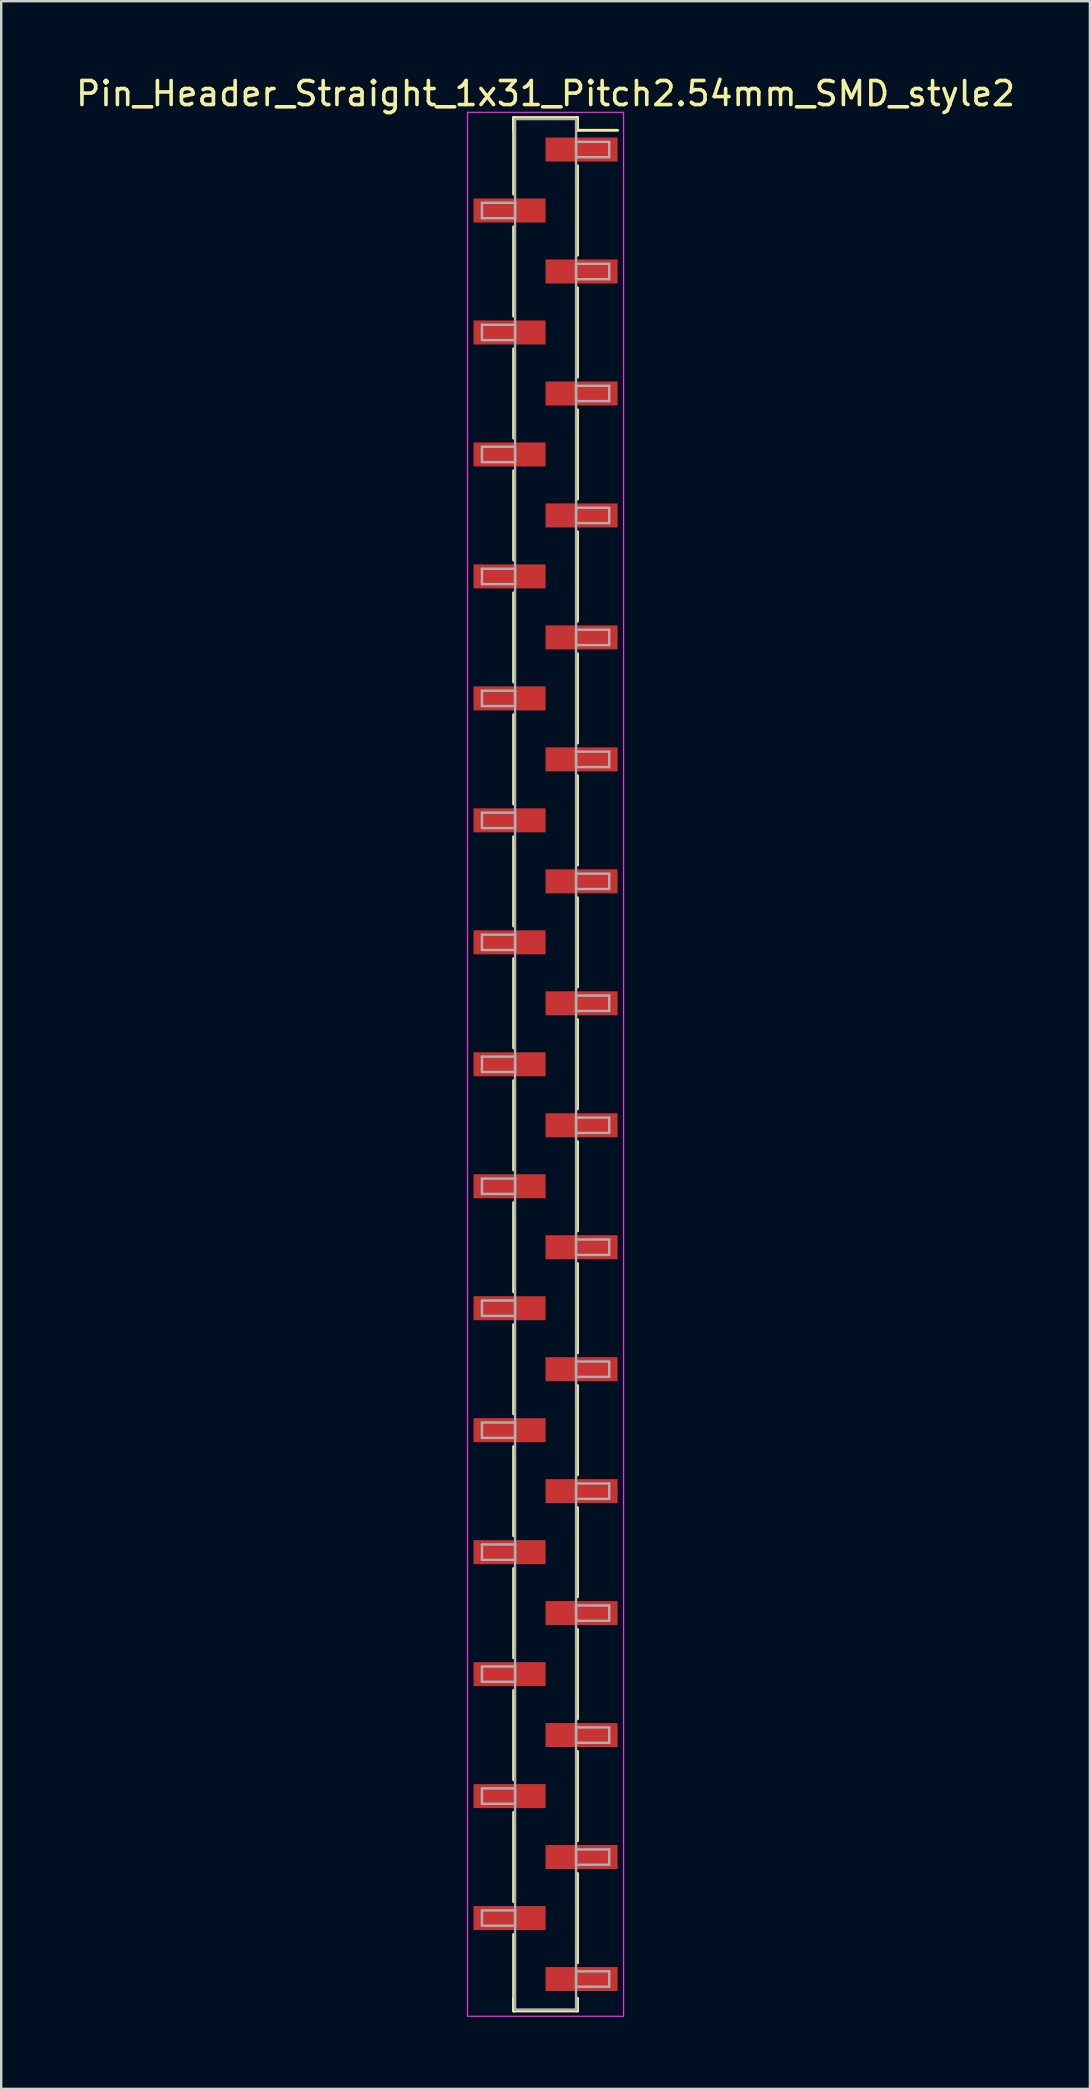
<source format=kicad_pcb>
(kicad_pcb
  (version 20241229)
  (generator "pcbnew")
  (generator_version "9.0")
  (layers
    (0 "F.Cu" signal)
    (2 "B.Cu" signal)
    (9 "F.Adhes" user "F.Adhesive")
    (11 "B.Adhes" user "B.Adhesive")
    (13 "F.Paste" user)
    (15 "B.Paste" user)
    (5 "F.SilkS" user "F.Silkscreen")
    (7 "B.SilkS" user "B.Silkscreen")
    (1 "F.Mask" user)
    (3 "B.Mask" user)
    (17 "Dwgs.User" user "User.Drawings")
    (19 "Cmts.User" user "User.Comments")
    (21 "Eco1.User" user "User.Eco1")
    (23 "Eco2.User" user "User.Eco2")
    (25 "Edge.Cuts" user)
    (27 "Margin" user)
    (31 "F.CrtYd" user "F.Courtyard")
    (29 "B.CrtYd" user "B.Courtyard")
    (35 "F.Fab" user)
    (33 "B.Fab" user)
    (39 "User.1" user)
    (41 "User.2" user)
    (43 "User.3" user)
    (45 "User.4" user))
  (footprint "Pin_Header_Straight_1x31_Pitch2.54mm_SMD_style2"
    (layer "F.Cu")
    (at 19.673 41.278)
    (property "Reference" "Pin_Header_Straight_1x31_Pitch2.54mm_SMD_style2" (at 0 -40.43 0) (layer "F.SilkS") (effects (font (size 1 1) (thickness 0.15))))
    (attr smd)
    (fp_line (start -1.33 -39.43) (end -1.33 -36.24) (stroke (width 0.12) (type solid)) (layer "F.SilkS"))
    (fp_line (start -1.33 -39.43) (end 1.33 -39.43) (stroke (width 0.12) (type solid)) (layer "F.SilkS"))
    (fp_line (start -1.33 -38.9) (end -1.33 -39.43) (stroke (width 0.12) (type solid)) (layer "F.SilkS"))
    (fp_line (start -1.33 -34.88) (end -1.33 -31.16) (stroke (width 0.12) (type solid)) (layer "F.SilkS"))
    (fp_line (start -1.33 -29.8) (end -1.33 -26.08) (stroke (width 0.12) (type solid)) (layer "F.SilkS"))
    (fp_line (start -1.33 -24.72) (end -1.33 -21) (stroke (width 0.12) (type solid)) (layer "F.SilkS"))
    (fp_line (start -1.33 -19.64) (end -1.33 -15.92) (stroke (width 0.12) (type solid)) (layer "F.SilkS"))
    (fp_line (start -1.33 -14.56) (end -1.33 -10.84) (stroke (width 0.12) (type solid)) (layer "F.SilkS"))
    (fp_line (start -1.33 -9.48) (end -1.33 -5.76) (stroke (width 0.12) (type solid)) (layer "F.SilkS"))
    (fp_line (start -1.33 -4.4) (end -1.33 -0.68) (stroke (width 0.12) (type solid)) (layer "F.SilkS"))
    (fp_line (start -1.33 0.68) (end -1.33 4.4) (stroke (width 0.12) (type solid)) (layer "F.SilkS"))
    (fp_line (start -1.33 5.76) (end -1.33 9.48) (stroke (width 0.12) (type solid)) (layer "F.SilkS"))
    (fp_line (start -1.33 10.84) (end -1.33 14.56) (stroke (width 0.12) (type solid)) (layer "F.SilkS"))
    (fp_line (start -1.33 15.92) (end -1.33 19.64) (stroke (width 0.12) (type solid)) (layer "F.SilkS"))
    (fp_line (start -1.33 21) (end -1.33 24.72) (stroke (width 0.12) (type solid)) (layer "F.SilkS"))
    (fp_line (start -1.33 26.08) (end -1.33 29.8) (stroke (width 0.12) (type solid)) (layer "F.SilkS"))
    (fp_line (start -1.33 31.16) (end -1.33 34.88) (stroke (width 0.12) (type solid)) (layer "F.SilkS"))
    (fp_line (start -1.33 36.24) (end -1.33 39.43) (stroke (width 0.12) (type solid)) (layer "F.SilkS"))
    (fp_line (start -1.33 38.9) (end -1.33 39.43) (stroke (width 0.12) (type solid)) (layer "F.SilkS"))
    (fp_line (start -1.33 39.43) (end 1.33 39.43) (stroke (width 0.12) (type solid)) (layer "F.SilkS"))
    (fp_line (start 1.33 -39.43) (end 1.33 -38.9) (stroke (width 0.12) (type solid)) (layer "F.SilkS"))
    (fp_line (start 1.33 -38.9) (end 3 -38.9) (stroke (width 0.12) (type solid)) (layer "F.SilkS"))
    (fp_line (start 1.33 -37.42) (end 1.33 -33.7) (stroke (width 0.12) (type solid)) (layer "F.SilkS"))
    (fp_line (start 1.33 -32.34) (end 1.33 -28.62) (stroke (width 0.12) (type solid)) (layer "F.SilkS"))
    (fp_line (start 1.33 -27.26) (end 1.33 -23.54) (stroke (width 0.12) (type solid)) (layer "F.SilkS"))
    (fp_line (start 1.33 -22.18) (end 1.33 -18.46) (stroke (width 0.12) (type solid)) (layer "F.SilkS"))
    (fp_line (start 1.33 -17.1) (end 1.33 -13.38) (stroke (width 0.12) (type solid)) (layer "F.SilkS"))
    (fp_line (start 1.33 -12.02) (end 1.33 -8.3) (stroke (width 0.12) (type solid)) (layer "F.SilkS"))
    (fp_line (start 1.33 -6.94) (end 1.33 -3.22) (stroke (width 0.12) (type solid)) (layer "F.SilkS"))
    (fp_line (start 1.33 -1.86) (end 1.33 1.86) (stroke (width 0.12) (type solid)) (layer "F.SilkS"))
    (fp_line (start 1.33 3.22) (end 1.33 6.94) (stroke (width 0.12) (type solid)) (layer "F.SilkS"))
    (fp_line (start 1.33 8.3) (end 1.33 12.02) (stroke (width 0.12) (type solid)) (layer "F.SilkS"))
    (fp_line (start 1.33 13.38) (end 1.33 17.1) (stroke (width 0.12) (type solid)) (layer "F.SilkS"))
    (fp_line (start 1.33 18.46) (end 1.33 22.18) (stroke (width 0.12) (type solid)) (layer "F.SilkS"))
    (fp_line (start 1.33 23.54) (end 1.33 27.26) (stroke (width 0.12) (type solid)) (layer "F.SilkS"))
    (fp_line (start 1.33 28.62) (end 1.33 32.34) (stroke (width 0.12) (type solid)) (layer "F.SilkS"))
    (fp_line (start 1.33 33.7) (end 1.33 37.42) (stroke (width 0.12) (type solid)) (layer "F.SilkS"))
    (fp_line (start 1.33 39.43) (end 1.33 38.9) (stroke (width 0.12) (type solid)) (layer "F.SilkS"))
    (fp_line (start -3.25 -39.65) (end -3.25 39.65) (stroke (width 0.05) (type solid)) (layer "F.CrtYd"))
    (fp_line (start -3.25 39.65) (end 3.25 39.65) (stroke (width 0.05) (type solid)) (layer "F.CrtYd"))
    (fp_line (start 3.25 -39.65) (end -3.25 -39.65) (stroke (width 0.05) (type solid)) (layer "F.CrtYd"))
    (fp_line (start 3.25 39.65) (end 3.25 -39.65) (stroke (width 0.05) (type solid)) (layer "F.CrtYd"))
    (fp_line (start -2.65 -35.88) (end -1.27 -35.88) (stroke (width 0.1) (type solid)) (layer "F.Fab"))
    (fp_line (start -2.65 -35.24) (end -2.65 -35.88) (stroke (width 0.1) (type solid)) (layer "F.Fab"))
    (fp_line (start -2.65 -30.8) (end -1.27 -30.8) (stroke (width 0.1) (type solid)) (layer "F.Fab"))
    (fp_line (start -2.65 -30.16) (end -2.65 -30.8) (stroke (width 0.1) (type solid)) (layer "F.Fab"))
    (fp_line (start -2.65 -25.72) (end -1.27 -25.72) (stroke (width 0.1) (type solid)) (layer "F.Fab"))
    (fp_line (start -2.65 -25.08) (end -2.65 -25.72) (stroke (width 0.1) (type solid)) (layer "F.Fab"))
    (fp_line (start -2.65 -20.64) (end -1.27 -20.64) (stroke (width 0.1) (type solid)) (layer "F.Fab"))
    (fp_line (start -2.65 -20) (end -2.65 -20.64) (stroke (width 0.1) (type solid)) (layer "F.Fab"))
    (fp_line (start -2.65 -15.56) (end -1.27 -15.56) (stroke (width 0.1) (type solid)) (layer "F.Fab"))
    (fp_line (start -2.65 -14.92) (end -2.65 -15.56) (stroke (width 0.1) (type solid)) (layer "F.Fab"))
    (fp_line (start -2.65 -10.48) (end -1.27 -10.48) (stroke (width 0.1) (type solid)) (layer "F.Fab"))
    (fp_line (start -2.65 -9.84) (end -2.65 -10.48) (stroke (width 0.1) (type solid)) (layer "F.Fab"))
    (fp_line (start -2.65 -5.4) (end -1.27 -5.4) (stroke (width 0.1) (type solid)) (layer "F.Fab"))
    (fp_line (start -2.65 -4.76) (end -2.65 -5.4) (stroke (width 0.1) (type solid)) (layer "F.Fab"))
    (fp_line (start -2.65 -0.32) (end -1.27 -0.32) (stroke (width 0.1) (type solid)) (layer "F.Fab"))
    (fp_line (start -2.65 0.32) (end -2.65 -0.32) (stroke (width 0.1) (type solid)) (layer "F.Fab"))
    (fp_line (start -2.65 4.76) (end -1.27 4.76) (stroke (width 0.1) (type solid)) (layer "F.Fab"))
    (fp_line (start -2.65 5.4) (end -2.65 4.76) (stroke (width 0.1) (type solid)) (layer "F.Fab"))
    (fp_line (start -2.65 9.84) (end -1.27 9.84) (stroke (width 0.1) (type solid)) (layer "F.Fab"))
    (fp_line (start -2.65 10.48) (end -2.65 9.84) (stroke (width 0.1) (type solid)) (layer "F.Fab"))
    (fp_line (start -2.65 14.92) (end -1.27 14.92) (stroke (width 0.1) (type solid)) (layer "F.Fab"))
    (fp_line (start -2.65 15.56) (end -2.65 14.92) (stroke (width 0.1) (type solid)) (layer "F.Fab"))
    (fp_line (start -2.65 20) (end -1.27 20) (stroke (width 0.1) (type solid)) (layer "F.Fab"))
    (fp_line (start -2.65 20.64) (end -2.65 20) (stroke (width 0.1) (type solid)) (layer "F.Fab"))
    (fp_line (start -2.65 25.08) (end -1.27 25.08) (stroke (width 0.1) (type solid)) (layer "F.Fab"))
    (fp_line (start -2.65 25.72) (end -2.65 25.08) (stroke (width 0.1) (type solid)) (layer "F.Fab"))
    (fp_line (start -2.65 30.16) (end -1.27 30.16) (stroke (width 0.1) (type solid)) (layer "F.Fab"))
    (fp_line (start -2.65 30.8) (end -2.65 30.16) (stroke (width 0.1) (type solid)) (layer "F.Fab"))
    (fp_line (start -2.65 35.24) (end -1.27 35.24) (stroke (width 0.1) (type solid)) (layer "F.Fab"))
    (fp_line (start -2.65 35.88) (end -2.65 35.24) (stroke (width 0.1) (type solid)) (layer "F.Fab"))
    (fp_line (start -1.27 -39.37) (end -1.27 39.37) (stroke (width 0.1) (type solid)) (layer "F.Fab"))
    (fp_line (start -1.27 -35.88) (end -1.27 -35.24) (stroke (width 0.1) (type solid)) (layer "F.Fab"))
    (fp_line (start -1.27 -35.24) (end -2.65 -35.24) (stroke (width 0.1) (type solid)) (layer "F.Fab"))
    (fp_line (start -1.27 -30.8) (end -1.27 -30.16) (stroke (width 0.1) (type solid)) (layer "F.Fab"))
    (fp_line (start -1.27 -30.16) (end -2.65 -30.16) (stroke (width 0.1) (type solid)) (layer "F.Fab"))
    (fp_line (start -1.27 -25.72) (end -1.27 -25.08) (stroke (width 0.1) (type solid)) (layer "F.Fab"))
    (fp_line (start -1.27 -25.08) (end -2.65 -25.08) (stroke (width 0.1) (type solid)) (layer "F.Fab"))
    (fp_line (start -1.27 -20.64) (end -1.27 -20) (stroke (width 0.1) (type solid)) (layer "F.Fab"))
    (fp_line (start -1.27 -20) (end -2.65 -20) (stroke (width 0.1) (type solid)) (layer "F.Fab"))
    (fp_line (start -1.27 -15.56) (end -1.27 -14.92) (stroke (width 0.1) (type solid)) (layer "F.Fab"))
    (fp_line (start -1.27 -14.92) (end -2.65 -14.92) (stroke (width 0.1) (type solid)) (layer "F.Fab"))
    (fp_line (start -1.27 -10.48) (end -1.27 -9.84) (stroke (width 0.1) (type solid)) (layer "F.Fab"))
    (fp_line (start -1.27 -9.84) (end -2.65 -9.84) (stroke (width 0.1) (type solid)) (layer "F.Fab"))
    (fp_line (start -1.27 -5.4) (end -1.27 -4.76) (stroke (width 0.1) (type solid)) (layer "F.Fab"))
    (fp_line (start -1.27 -4.76) (end -2.65 -4.76) (stroke (width 0.1) (type solid)) (layer "F.Fab"))
    (fp_line (start -1.27 -0.32) (end -1.27 0.32) (stroke (width 0.1) (type solid)) (layer "F.Fab"))
    (fp_line (start -1.27 0.32) (end -2.65 0.32) (stroke (width 0.1) (type solid)) (layer "F.Fab"))
    (fp_line (start -1.27 4.76) (end -1.27 5.4) (stroke (width 0.1) (type solid)) (layer "F.Fab"))
    (fp_line (start -1.27 5.4) (end -2.65 5.4) (stroke (width 0.1) (type solid)) (layer "F.Fab"))
    (fp_line (start -1.27 9.84) (end -1.27 10.48) (stroke (width 0.1) (type solid)) (layer "F.Fab"))
    (fp_line (start -1.27 10.48) (end -2.65 10.48) (stroke (width 0.1) (type solid)) (layer "F.Fab"))
    (fp_line (start -1.27 14.92) (end -1.27 15.56) (stroke (width 0.1) (type solid)) (layer "F.Fab"))
    (fp_line (start -1.27 15.56) (end -2.65 15.56) (stroke (width 0.1) (type solid)) (layer "F.Fab"))
    (fp_line (start -1.27 20) (end -1.27 20.64) (stroke (width 0.1) (type solid)) (layer "F.Fab"))
    (fp_line (start -1.27 20.64) (end -2.65 20.64) (stroke (width 0.1) (type solid)) (layer "F.Fab"))
    (fp_line (start -1.27 25.08) (end -1.27 25.72) (stroke (width 0.1) (type solid)) (layer "F.Fab"))
    (fp_line (start -1.27 25.72) (end -2.65 25.72) (stroke (width 0.1) (type solid)) (layer "F.Fab"))
    (fp_line (start -1.27 30.16) (end -1.27 30.8) (stroke (width 0.1) (type solid)) (layer "F.Fab"))
    (fp_line (start -1.27 30.8) (end -2.65 30.8) (stroke (width 0.1) (type solid)) (layer "F.Fab"))
    (fp_line (start -1.27 35.24) (end -1.27 35.88) (stroke (width 0.1) (type solid)) (layer "F.Fab"))
    (fp_line (start -1.27 35.88) (end -2.65 35.88) (stroke (width 0.1) (type solid)) (layer "F.Fab"))
    (fp_line (start -1.27 39.37) (end 1.27 39.37) (stroke (width 0.1) (type solid)) (layer "F.Fab"))
    (fp_line (start 1.27 -39.37) (end -1.27 -39.37) (stroke (width 0.1) (type solid)) (layer "F.Fab"))
    (fp_line (start 1.27 -38.42) (end 1.27 -37.78) (stroke (width 0.1) (type solid)) (layer "F.Fab"))
    (fp_line (start 1.27 -37.78) (end 2.65 -37.78) (stroke (width 0.1) (type solid)) (layer "F.Fab"))
    (fp_line (start 1.27 -33.34) (end 1.27 -32.7) (stroke (width 0.1) (type solid)) (layer "F.Fab"))
    (fp_line (start 1.27 -32.7) (end 2.65 -32.7) (stroke (width 0.1) (type solid)) (layer "F.Fab"))
    (fp_line (start 1.27 -28.26) (end 1.27 -27.62) (stroke (width 0.1) (type solid)) (layer "F.Fab"))
    (fp_line (start 1.27 -27.62) (end 2.65 -27.62) (stroke (width 0.1) (type solid)) (layer "F.Fab"))
    (fp_line (start 1.27 -23.18) (end 1.27 -22.54) (stroke (width 0.1) (type solid)) (layer "F.Fab"))
    (fp_line (start 1.27 -22.54) (end 2.65 -22.54) (stroke (width 0.1) (type solid)) (layer "F.Fab"))
    (fp_line (start 1.27 -18.1) (end 1.27 -17.46) (stroke (width 0.1) (type solid)) (layer "F.Fab"))
    (fp_line (start 1.27 -17.46) (end 2.65 -17.46) (stroke (width 0.1) (type solid)) (layer "F.Fab"))
    (fp_line (start 1.27 -13.02) (end 1.27 -12.38) (stroke (width 0.1) (type solid)) (layer "F.Fab"))
    (fp_line (start 1.27 -12.38) (end 2.65 -12.38) (stroke (width 0.1) (type solid)) (layer "F.Fab"))
    (fp_line (start 1.27 -7.94) (end 1.27 -7.3) (stroke (width 0.1) (type solid)) (layer "F.Fab"))
    (fp_line (start 1.27 -7.3) (end 2.65 -7.3) (stroke (width 0.1) (type solid)) (layer "F.Fab"))
    (fp_line (start 1.27 -2.86) (end 1.27 -2.22) (stroke (width 0.1) (type solid)) (layer "F.Fab"))
    (fp_line (start 1.27 -2.22) (end 2.65 -2.22) (stroke (width 0.1) (type solid)) (layer "F.Fab"))
    (fp_line (start 1.27 2.22) (end 1.27 2.86) (stroke (width 0.1) (type solid)) (layer "F.Fab"))
    (fp_line (start 1.27 2.86) (end 2.65 2.86) (stroke (width 0.1) (type solid)) (layer "F.Fab"))
    (fp_line (start 1.27 7.3) (end 1.27 7.94) (stroke (width 0.1) (type solid)) (layer "F.Fab"))
    (fp_line (start 1.27 7.94) (end 2.65 7.94) (stroke (width 0.1) (type solid)) (layer "F.Fab"))
    (fp_line (start 1.27 12.38) (end 1.27 13.02) (stroke (width 0.1) (type solid)) (layer "F.Fab"))
    (fp_line (start 1.27 13.02) (end 2.65 13.02) (stroke (width 0.1) (type solid)) (layer "F.Fab"))
    (fp_line (start 1.27 17.46) (end 1.27 18.1) (stroke (width 0.1) (type solid)) (layer "F.Fab"))
    (fp_line (start 1.27 18.1) (end 2.65 18.1) (stroke (width 0.1) (type solid)) (layer "F.Fab"))
    (fp_line (start 1.27 22.54) (end 1.27 23.18) (stroke (width 0.1) (type solid)) (layer "F.Fab"))
    (fp_line (start 1.27 23.18) (end 2.65 23.18) (stroke (width 0.1) (type solid)) (layer "F.Fab"))
    (fp_line (start 1.27 27.62) (end 1.27 28.26) (stroke (width 0.1) (type solid)) (layer "F.Fab"))
    (fp_line (start 1.27 28.26) (end 2.65 28.26) (stroke (width 0.1) (type solid)) (layer "F.Fab"))
    (fp_line (start 1.27 32.7) (end 1.27 33.34) (stroke (width 0.1) (type solid)) (layer "F.Fab"))
    (fp_line (start 1.27 33.34) (end 2.65 33.34) (stroke (width 0.1) (type solid)) (layer "F.Fab"))
    (fp_line (start 1.27 37.78) (end 1.27 38.42) (stroke (width 0.1) (type solid)) (layer "F.Fab"))
    (fp_line (start 1.27 38.42) (end 2.65 38.42) (stroke (width 0.1) (type solid)) (layer "F.Fab"))
    (fp_line (start 1.27 39.37) (end 1.27 -39.37) (stroke (width 0.1) (type solid)) (layer "F.Fab"))
    (fp_line (start 2.65 -38.42) (end 1.27 -38.42) (stroke (width 0.1) (type solid)) (layer "F.Fab"))
    (fp_line (start 2.65 -37.78) (end 2.65 -38.42) (stroke (width 0.1) (type solid)) (layer "F.Fab"))
    (fp_line (start 2.65 -33.34) (end 1.27 -33.34) (stroke (width 0.1) (type solid)) (layer "F.Fab"))
    (fp_line (start 2.65 -32.7) (end 2.65 -33.34) (stroke (width 0.1) (type solid)) (layer "F.Fab"))
    (fp_line (start 2.65 -28.26) (end 1.27 -28.26) (stroke (width 0.1) (type solid)) (layer "F.Fab"))
    (fp_line (start 2.65 -27.62) (end 2.65 -28.26) (stroke (width 0.1) (type solid)) (layer "F.Fab"))
    (fp_line (start 2.65 -23.18) (end 1.27 -23.18) (stroke (width 0.1) (type solid)) (layer "F.Fab"))
    (fp_line (start 2.65 -22.54) (end 2.65 -23.18) (stroke (width 0.1) (type solid)) (layer "F.Fab"))
    (fp_line (start 2.65 -18.1) (end 1.27 -18.1) (stroke (width 0.1) (type solid)) (layer "F.Fab"))
    (fp_line (start 2.65 -17.46) (end 2.65 -18.1) (stroke (width 0.1) (type solid)) (layer "F.Fab"))
    (fp_line (start 2.65 -13.02) (end 1.27 -13.02) (stroke (width 0.1) (type solid)) (layer "F.Fab"))
    (fp_line (start 2.65 -12.38) (end 2.65 -13.02) (stroke (width 0.1) (type solid)) (layer "F.Fab"))
    (fp_line (start 2.65 -7.94) (end 1.27 -7.94) (stroke (width 0.1) (type solid)) (layer "F.Fab"))
    (fp_line (start 2.65 -7.3) (end 2.65 -7.94) (stroke (width 0.1) (type solid)) (layer "F.Fab"))
    (fp_line (start 2.65 -2.86) (end 1.27 -2.86) (stroke (width 0.1) (type solid)) (layer "F.Fab"))
    (fp_line (start 2.65 -2.22) (end 2.65 -2.86) (stroke (width 0.1) (type solid)) (layer "F.Fab"))
    (fp_line (start 2.65 2.22) (end 1.27 2.22) (stroke (width 0.1) (type solid)) (layer "F.Fab"))
    (fp_line (start 2.65 2.86) (end 2.65 2.22) (stroke (width 0.1) (type solid)) (layer "F.Fab"))
    (fp_line (start 2.65 7.3) (end 1.27 7.3) (stroke (width 0.1) (type solid)) (layer "F.Fab"))
    (fp_line (start 2.65 7.94) (end 2.65 7.3) (stroke (width 0.1) (type solid)) (layer "F.Fab"))
    (fp_line (start 2.65 12.38) (end 1.27 12.38) (stroke (width 0.1) (type solid)) (layer "F.Fab"))
    (fp_line (start 2.65 13.02) (end 2.65 12.38) (stroke (width 0.1) (type solid)) (layer "F.Fab"))
    (fp_line (start 2.65 17.46) (end 1.27 17.46) (stroke (width 0.1) (type solid)) (layer "F.Fab"))
    (fp_line (start 2.65 18.1) (end 2.65 17.46) (stroke (width 0.1) (type solid)) (layer "F.Fab"))
    (fp_line (start 2.65 22.54) (end 1.27 22.54) (stroke (width 0.1) (type solid)) (layer "F.Fab"))
    (fp_line (start 2.65 23.18) (end 2.65 22.54) (stroke (width 0.1) (type solid)) (layer "F.Fab"))
    (fp_line (start 2.65 27.62) (end 1.27 27.62) (stroke (width 0.1) (type solid)) (layer "F.Fab"))
    (fp_line (start 2.65 28.26) (end 2.65 27.62) (stroke (width 0.1) (type solid)) (layer "F.Fab"))
    (fp_line (start 2.65 32.7) (end 1.27 32.7) (stroke (width 0.1) (type solid)) (layer "F.Fab"))
    (fp_line (start 2.65 33.34) (end 2.65 32.7) (stroke (width 0.1) (type solid)) (layer "F.Fab"))
    (fp_line (start 2.65 37.78) (end 1.27 37.78) (stroke (width 0.1) (type solid)) (layer "F.Fab"))
    (fp_line (start 2.65 38.42) (end 2.65 37.78) (stroke (width 0.1) (type solid)) (layer "F.Fab"))
    (pad "1" smd rect (at 1.5 -38.1) (size 3 1) (layers "F.Cu" "F.Mask"))
    (pad "2" smd rect (at -1.5 -35.56) (size 3 1) (layers "F.Cu" "F.Mask"))
    (pad "3" smd rect (at 1.5 -33.02) (size 3 1) (layers "F.Cu" "F.Mask"))
    (pad "4" smd rect (at -1.5 -30.48) (size 3 1) (layers "F.Cu" "F.Mask"))
    (pad "5" smd rect (at 1.5 -27.94) (size 3 1) (layers "F.Cu" "F.Mask"))
    (pad "6" smd rect (at -1.5 -25.4) (size 3 1) (layers "F.Cu" "F.Mask"))
    (pad "7" smd rect (at 1.5 -22.86) (size 3 1) (layers "F.Cu" "F.Mask"))
    (pad "8" smd rect (at -1.5 -20.32) (size 3 1) (layers "F.Cu" "F.Mask"))
    (pad "9" smd rect (at 1.5 -17.78) (size 3 1) (layers "F.Cu" "F.Mask"))
    (pad "10" smd rect (at -1.5 -15.24) (size 3 1) (layers "F.Cu" "F.Mask"))
    (pad "11" smd rect (at 1.5 -12.7) (size 3 1) (layers "F.Cu" "F.Mask"))
    (pad "12" smd rect (at -1.5 -10.16) (size 3 1) (layers "F.Cu" "F.Mask"))
    (pad "13" smd rect (at 1.5 -7.62) (size 3 1) (layers "F.Cu" "F.Mask"))
    (pad "14" smd rect (at -1.5 -5.08) (size 3 1) (layers "F.Cu" "F.Mask"))
    (pad "15" smd rect (at 1.5 -2.54) (size 3 1) (layers "F.Cu" "F.Mask"))
    (pad "16" smd rect (at -1.5 0) (size 3 1) (layers "F.Cu" "F.Mask"))
    (pad "17" smd rect (at 1.5 2.54) (size 3 1) (layers "F.Cu" "F.Mask"))
    (pad "18" smd rect (at -1.5 5.08) (size 3 1) (layers "F.Cu" "F.Mask"))
    (pad "19" smd rect (at 1.5 7.62) (size 3 1) (layers "F.Cu" "F.Mask"))
    (pad "20" smd rect (at -1.5 10.16) (size 3 1) (layers "F.Cu" "F.Mask"))
    (pad "21" smd rect (at 1.5 12.7) (size 3 1) (layers "F.Cu" "F.Mask"))
    (pad "22" smd rect (at -1.5 15.24) (size 3 1) (layers "F.Cu" "F.Mask"))
    (pad "23" smd rect (at 1.5 17.78) (size 3 1) (layers "F.Cu" "F.Mask"))
    (pad "24" smd rect (at -1.5 20.32) (size 3 1) (layers "F.Cu" "F.Mask"))
    (pad "25" smd rect (at 1.5 22.86) (size 3 1) (layers "F.Cu" "F.Mask"))
    (pad "26" smd rect (at -1.5 25.4) (size 3 1) (layers "F.Cu" "F.Mask"))
    (pad "27" smd rect (at 1.5 27.94) (size 3 1) (layers "F.Cu" "F.Mask"))
    (pad "28" smd rect (at -1.5 30.48) (size 3 1) (layers "F.Cu" "F.Mask"))
    (pad "29" smd rect (at 1.5 33.02) (size 3 1) (layers "F.Cu" "F.Mask"))
    (pad "30" smd rect (at -1.5 35.56) (size 3 1) (layers "F.Cu" "F.Mask"))
    (pad "31" smd rect (at 1.5 38.1) (size 3 1) (layers "F.Cu" "F.Mask")))
  (gr_rect
    (start -3 -3)
    (end 42.345 83.953)
    (stroke (width 0.1) (type default))
    (fill no)
    (layer "Edge.Cuts")))
</source>
